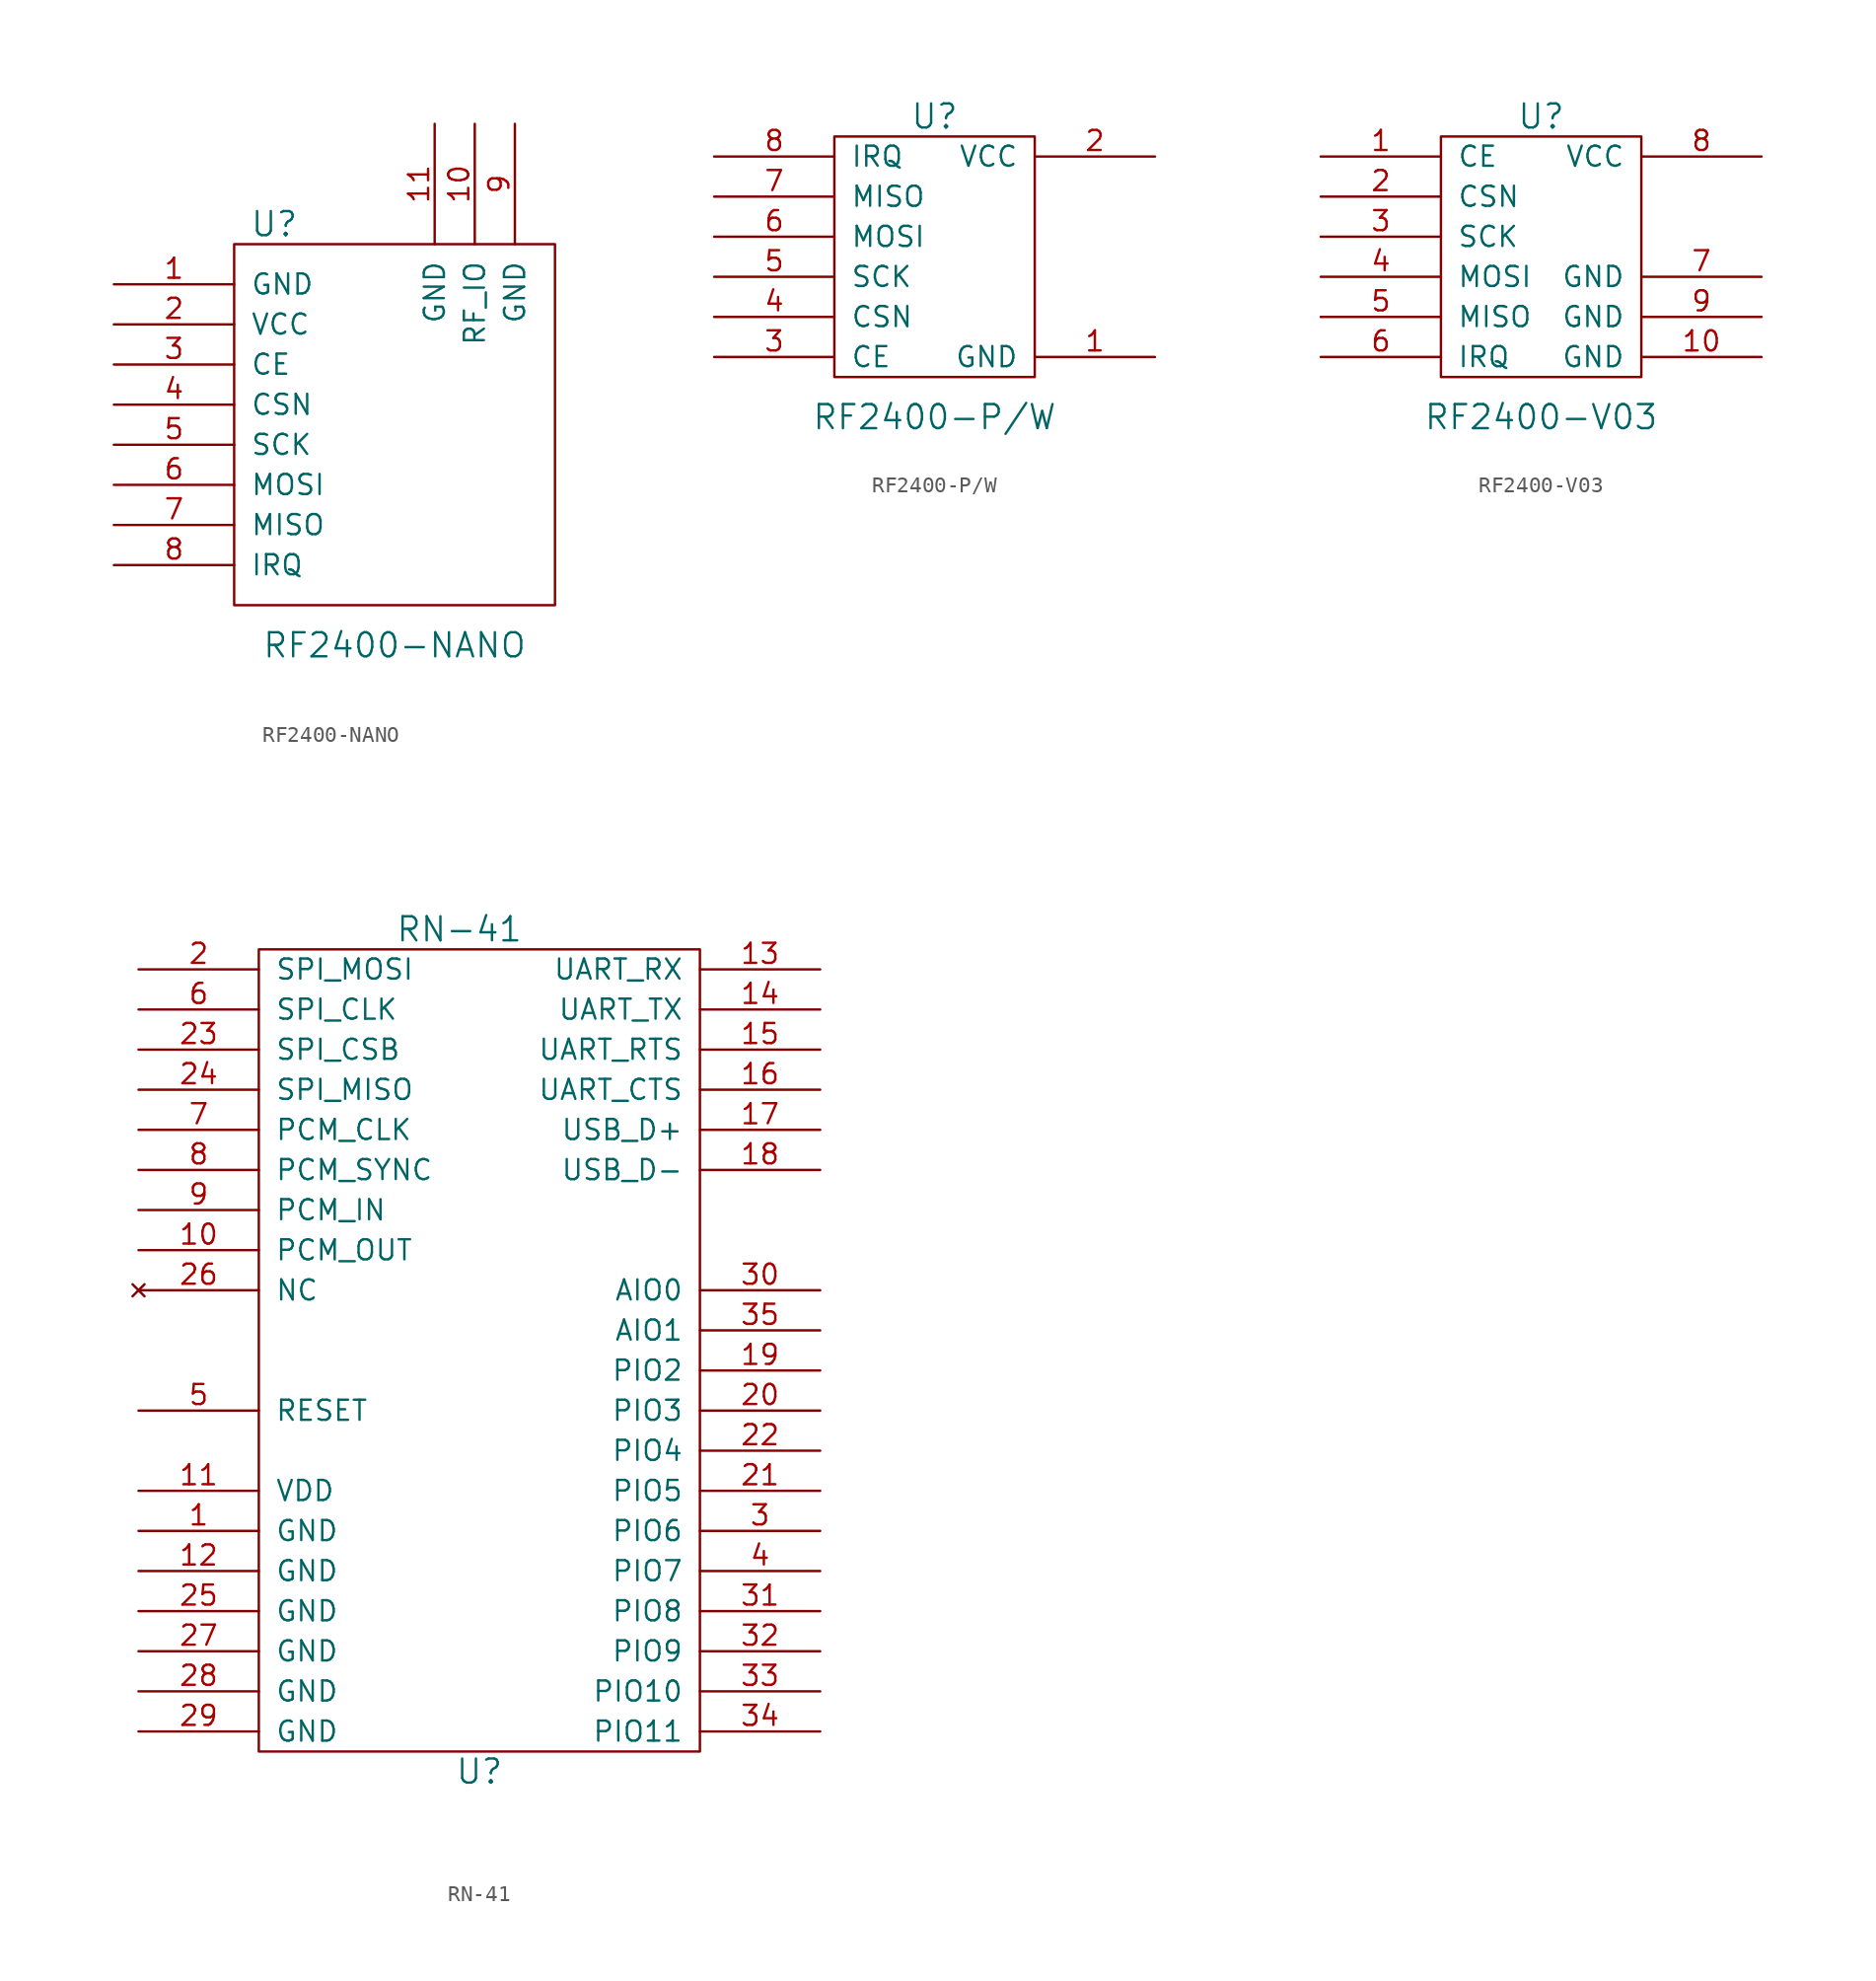
<source format=kicad_sym>
(kicad_symbol_lib
  (version 20220914)
  (generator kicad_symbol_editor)
  (symbol "RF2400-NANO"
    (pin_names
      (offset 1.016))
    (property "Reference" "U"
      (at -7.62 12.7 0)
      (effects (font (size 1.524 1.524))))
    (property "Value" "RF2400-NANO"
      (at 0 -13.97 0)
      (effects (font (size 1.524 1.524))))
    (property "Footprint" ""
      (at 0 0 0)
      (effects (font (size 1.524 1.524))))
    (property "Datasheet" ""
      (at 0 0 0)
      (effects (font (size 1.524 1.524))))
    (symbol "RF2400-NANO_0_1"
      (rectangle (start -10.16 11.43) (end 10.16 -11.43) (stroke (width 0) (type solid)) (fill (type none))))
    (symbol "RF2400-NANO_1_1"
      (pin power_in line (at -17.78 8.89 0) (length 7.62) (name "GND" (effects (font (size 1.27 1.27)))) (number "1" (effects (font (size 1.27 1.27)))))
      (pin bidirectional line (at 5.08 19.05 270) (length 7.62) (name "RF_IO" (effects (font (size 1.27 1.27)))) (number "10" (effects (font (size 1.27 1.27)))))
      (pin input line (at 2.54 19.05 270) (length 7.62) (name "GND" (effects (font (size 1.27 1.27)))) (number "11" (effects (font (size 1.27 1.27)))))
      (pin power_in line (at -17.78 6.35 0) (length 7.62) (name "VCC" (effects (font (size 1.27 1.27)))) (number "2" (effects (font (size 1.27 1.27)))))
      (pin input line (at -17.78 3.81 0) (length 7.62) (name "CE" (effects (font (size 1.27 1.27)))) (number "3" (effects (font (size 1.27 1.27)))))
      (pin input line (at -17.78 1.27 0) (length 7.62) (name "CSN" (effects (font (size 1.27 1.27)))) (number "4" (effects (font (size 1.27 1.27)))))
      (pin input line (at -17.78 -1.27 0) (length 7.62) (name "SCK" (effects (font (size 1.27 1.27)))) (number "5" (effects (font (size 1.27 1.27)))))
      (pin input line (at -17.78 -3.81 0) (length 7.62) (name "MOSI" (effects (font (size 1.27 1.27)))) (number "6" (effects (font (size 1.27 1.27)))))
      (pin output line (at -17.78 -6.35 0) (length 7.62) (name "MISO" (effects (font (size 1.27 1.27)))) (number "7" (effects (font (size 1.27 1.27)))))
      (pin output line (at -17.78 -8.89 0) (length 7.62) (name "IRQ" (effects (font (size 1.27 1.27)))) (number "8" (effects (font (size 1.27 1.27)))))
      (pin input line (at 7.62 19.05 270) (length 7.62) (name "GND" (effects (font (size 1.27 1.27)))) (number "9" (effects (font (size 1.27 1.27)))))))
  (symbol "RF2400-P/W"
    (pin_names
      (offset 1.016))
    (property "Reference" "U"
      (at 0 8.89 0)
      (effects (font (size 1.524 1.524))))
    (property "Value" "RF2400-P/W"
      (at 0 -10.16 0)
      (effects (font (size 1.524 1.524))))
    (property "Footprint" ""
      (at 0 0 0)
      (effects (font (size 1.524 1.524))))
    (property "Datasheet" ""
      (at 0 0 0)
      (effects (font (size 1.524 1.524))))
    (symbol "RF2400-P/W_0_1"
      (rectangle (start -6.35 7.62) (end 6.35 -7.62) (stroke (width 0) (type solid)) (fill (type none))))
    (symbol "RF2400-P/W_1_1"
      (pin power_in line (at 13.97 -6.35 180) (length 7.62) (name "GND" (effects (font (size 1.27 1.27)))) (number "1" (effects (font (size 1.27 1.27)))))
      (pin power_in line (at 13.97 6.35 180) (length 7.62) (name "VCC" (effects (font (size 1.27 1.27)))) (number "2" (effects (font (size 1.27 1.27)))))
      (pin input line (at -13.97 -6.35 0) (length 7.62) (name "CE" (effects (font (size 1.27 1.27)))) (number "3" (effects (font (size 1.27 1.27)))))
      (pin input line (at -13.97 -3.81 0) (length 7.62) (name "CSN" (effects (font (size 1.27 1.27)))) (number "4" (effects (font (size 1.27 1.27)))))
      (pin input line (at -13.97 -1.27 0) (length 7.62) (name "SCK" (effects (font (size 1.27 1.27)))) (number "5" (effects (font (size 1.27 1.27)))))
      (pin input line (at -13.97 1.27 0) (length 7.62) (name "MOSI" (effects (font (size 1.27 1.27)))) (number "6" (effects (font (size 1.27 1.27)))))
      (pin output line (at -13.97 3.81 0) (length 7.62) (name "MISO" (effects (font (size 1.27 1.27)))) (number "7" (effects (font (size 1.27 1.27)))))
      (pin output line (at -13.97 6.35 0) (length 7.62) (name "IRQ" (effects (font (size 1.27 1.27)))) (number "8" (effects (font (size 1.27 1.27)))))))
  (symbol "RF2400-V03"
    (pin_names
      (offset 1.016))
    (property "Reference" "U"
      (at 0 8.89 0)
      (effects (font (size 1.524 1.524))))
    (property "Value" "RF2400-V03"
      (at 0 -10.16 0)
      (effects (font (size 1.524 1.524))))
    (property "Footprint" ""
      (at 0 0 0)
      (effects (font (size 1.524 1.524))))
    (property "Datasheet" ""
      (at 0 0 0)
      (effects (font (size 1.524 1.524))))
    (symbol "RF2400-V03_0_1"
      (rectangle (start -6.35 7.62) (end 6.35 -7.62) (stroke (width 0) (type solid)) (fill (type none))))
    (symbol "RF2400-V03_1_1"
      (pin output line (at -13.97 6.35 0) (length 7.62) (name "CE" (effects (font (size 1.27 1.27)))) (number "1" (effects (font (size 1.27 1.27)))))
      (pin power_in line (at 13.97 -6.35 180) (length 7.62) (name "GND" (effects (font (size 1.27 1.27)))) (number "10" (effects (font (size 1.27 1.27)))))
      (pin output line (at -13.97 3.81 0) (length 7.62) (name "CSN" (effects (font (size 1.27 1.27)))) (number "2" (effects (font (size 1.27 1.27)))))
      (pin input line (at -13.97 1.27 0) (length 7.62) (name "SCK" (effects (font (size 1.27 1.27)))) (number "3" (effects (font (size 1.27 1.27)))))
      (pin input line (at -13.97 -1.27 0) (length 7.62) (name "MOSI" (effects (font (size 1.27 1.27)))) (number "4" (effects (font (size 1.27 1.27)))))
      (pin input line (at -13.97 -3.81 0) (length 7.62) (name "MISO" (effects (font (size 1.27 1.27)))) (number "5" (effects (font (size 1.27 1.27)))))
      (pin input line (at -13.97 -6.35 0) (length 7.62) (name "IRQ" (effects (font (size 1.27 1.27)))) (number "6" (effects (font (size 1.27 1.27)))))
      (pin power_in line (at 13.97 -1.27 180) (length 7.62) (name "GND" (effects (font (size 1.27 1.27)))) (number "7" (effects (font (size 1.27 1.27)))))
      (pin power_in line (at 13.97 6.35 180) (length 7.62) (name "VCC" (effects (font (size 1.27 1.27)))) (number "8" (effects (font (size 1.27 1.27)))))
      (pin power_in line (at 13.97 -3.81 180) (length 7.62) (name "GND" (effects (font (size 1.27 1.27)))) (number "9" (effects (font (size 1.27 1.27)))))))
  (symbol "RN-41"
    (pin_names
      (offset 1.016))
    (property "Reference" "U"
      (at 0 -26.67 0)
      (effects (font (size 1.524 1.524))))
    (property "Value" "RN-41"
      (at -1.27 26.67 0)
      (effects (font (size 1.524 1.524))))
    (property "Footprint" ""
      (at 0 0 0)
      (effects (font (size 1.524 1.524))))
    (property "Datasheet" ""
      (at 0 0 0)
      (effects (font (size 1.524 1.524))))
    (symbol "RN-41_0_1"
      (rectangle (start -13.97 25.4) (end 13.97 -25.4) (stroke (width 0) (type solid)) (fill (type none))))
    (symbol "RN-41_1_1"
      (pin power_in line (at -21.59 -11.43 0) (length 7.62) (name "GND" (effects (font (size 1.27 1.27)))) (number "1" (effects (font (size 1.27 1.27)))))
      (pin bidirectional line (at -21.59 6.35 0) (length 7.62) (name "PCM_OUT" (effects (font (size 1.27 1.27)))) (number "10" (effects (font (size 1.27 1.27)))))
      (pin power_in line (at -21.59 -8.89 0) (length 7.62) (name "VDD" (effects (font (size 1.27 1.27)))) (number "11" (effects (font (size 1.27 1.27)))))
      (pin power_in line (at -21.59 -13.97 0) (length 7.62) (name "GND" (effects (font (size 1.27 1.27)))) (number "12" (effects (font (size 1.27 1.27)))))
      (pin input line (at 21.59 24.13 180) (length 7.62) (name "UART_RX" (effects (font (size 1.27 1.27)))) (number "13" (effects (font (size 1.27 1.27)))))
      (pin output line (at 21.59 21.59 180) (length 7.62) (name "UART_TX" (effects (font (size 1.27 1.27)))) (number "14" (effects (font (size 1.27 1.27)))))
      (pin output line (at 21.59 19.05 180) (length 7.62) (name "UART_RTS" (effects (font (size 1.27 1.27)))) (number "15" (effects (font (size 1.27 1.27)))))
      (pin input line (at 21.59 16.51 180) (length 7.62) (name "UART_CTS" (effects (font (size 1.27 1.27)))) (number "16" (effects (font (size 1.27 1.27)))))
      (pin bidirectional line (at 21.59 13.97 180) (length 7.62) (name "USB_D+" (effects (font (size 1.27 1.27)))) (number "17" (effects (font (size 1.27 1.27)))))
      (pin bidirectional line (at 21.59 11.43 180) (length 7.62) (name "USB_D-" (effects (font (size 1.27 1.27)))) (number "18" (effects (font (size 1.27 1.27)))))
      (pin output line (at 21.59 -1.27 180) (length 7.62) (name "PIO2" (effects (font (size 1.27 1.27)))) (number "19" (effects (font (size 1.27 1.27)))))
      (pin bidirectional line (at -21.59 24.13 0) (length 7.62) (name "SPI_MOSI" (effects (font (size 1.27 1.27)))) (number "2" (effects (font (size 1.27 1.27)))))
      (pin input line (at 21.59 -3.81 180) (length 7.62) (name "PIO3" (effects (font (size 1.27 1.27)))) (number "20" (effects (font (size 1.27 1.27)))))
      (pin output line (at 21.59 -8.89 180) (length 7.62) (name "PIO5" (effects (font (size 1.27 1.27)))) (number "21" (effects (font (size 1.27 1.27)))))
      (pin input line (at 21.59 -6.35 180) (length 7.62) (name "PIO4" (effects (font (size 1.27 1.27)))) (number "22" (effects (font (size 1.27 1.27)))))
      (pin bidirectional line (at -21.59 19.05 0) (length 7.62) (name "SPI_CSB" (effects (font (size 1.27 1.27)))) (number "23" (effects (font (size 1.27 1.27)))))
      (pin bidirectional line (at -21.59 16.51 0) (length 7.62) (name "SPI_MISO" (effects (font (size 1.27 1.27)))) (number "24" (effects (font (size 1.27 1.27)))))
      (pin power_in line (at -21.59 -16.51 0) (length 7.62) (name "GND" (effects (font (size 1.27 1.27)))) (number "25" (effects (font (size 1.27 1.27)))))
      (pin no_connect line (at -21.59 3.81 0) (length 7.62) (name "NC" (effects (font (size 1.27 1.27)))) (number "26" (effects (font (size 1.27 1.27)))))
      (pin power_in line (at -21.59 -19.05 0) (length 7.62) (name "GND" (effects (font (size 1.27 1.27)))) (number "27" (effects (font (size 1.27 1.27)))))
      (pin power_in line (at -21.59 -21.59 0) (length 7.62) (name "GND" (effects (font (size 1.27 1.27)))) (number "28" (effects (font (size 1.27 1.27)))))
      (pin power_in line (at -21.59 -24.13 0) (length 7.62) (name "GND" (effects (font (size 1.27 1.27)))) (number "29" (effects (font (size 1.27 1.27)))))
      (pin bidirectional line (at 21.59 -11.43 180) (length 7.62) (name "PIO6" (effects (font (size 1.27 1.27)))) (number "3" (effects (font (size 1.27 1.27)))))
      (pin input line (at 21.59 3.81 180) (length 7.62) (name "AIO0" (effects (font (size 1.27 1.27)))) (number "30" (effects (font (size 1.27 1.27)))))
      (pin output line (at 21.59 -16.51 180) (length 7.62) (name "PIO8" (effects (font (size 1.27 1.27)))) (number "31" (effects (font (size 1.27 1.27)))))
      (pin input line (at 21.59 -19.05 180) (length 7.62) (name "PIO9" (effects (font (size 1.27 1.27)))) (number "32" (effects (font (size 1.27 1.27)))))
      (pin input line (at 21.59 -21.59 180) (length 7.62) (name "PIO10" (effects (font (size 1.27 1.27)))) (number "33" (effects (font (size 1.27 1.27)))))
      (pin input line (at 21.59 -24.13 180) (length 7.62) (name "PIO11" (effects (font (size 1.27 1.27)))) (number "34" (effects (font (size 1.27 1.27)))))
      (pin input line (at 21.59 1.27 180) (length 7.62) (name "AIO1" (effects (font (size 1.27 1.27)))) (number "35" (effects (font (size 1.27 1.27)))))
      (pin bidirectional line (at 21.59 -13.97 180) (length 7.62) (name "PIO7" (effects (font (size 1.27 1.27)))) (number "4" (effects (font (size 1.27 1.27)))))
      (pin input line (at -21.59 -3.81 0) (length 7.62) (name "RESET" (effects (font (size 1.27 1.27)))) (number "5" (effects (font (size 1.27 1.27)))))
      (pin bidirectional line (at -21.59 21.59 0) (length 7.62) (name "SPI_CLK" (effects (font (size 1.27 1.27)))) (number "6" (effects (font (size 1.27 1.27)))))
      (pin bidirectional line (at -21.59 13.97 0) (length 7.62) (name "PCM_CLK" (effects (font (size 1.27 1.27)))) (number "7" (effects (font (size 1.27 1.27)))))
      (pin bidirectional line (at -21.59 11.43 0) (length 7.62) (name "PCM_SYNC" (effects (font (size 1.27 1.27)))) (number "8" (effects (font (size 1.27 1.27)))))
      (pin bidirectional line (at -21.59 8.89 0) (length 7.62) (name "PCM_IN" (effects (font (size 1.27 1.27)))) (number "9" (effects (font (size 1.27 1.27))))))))
</source>
